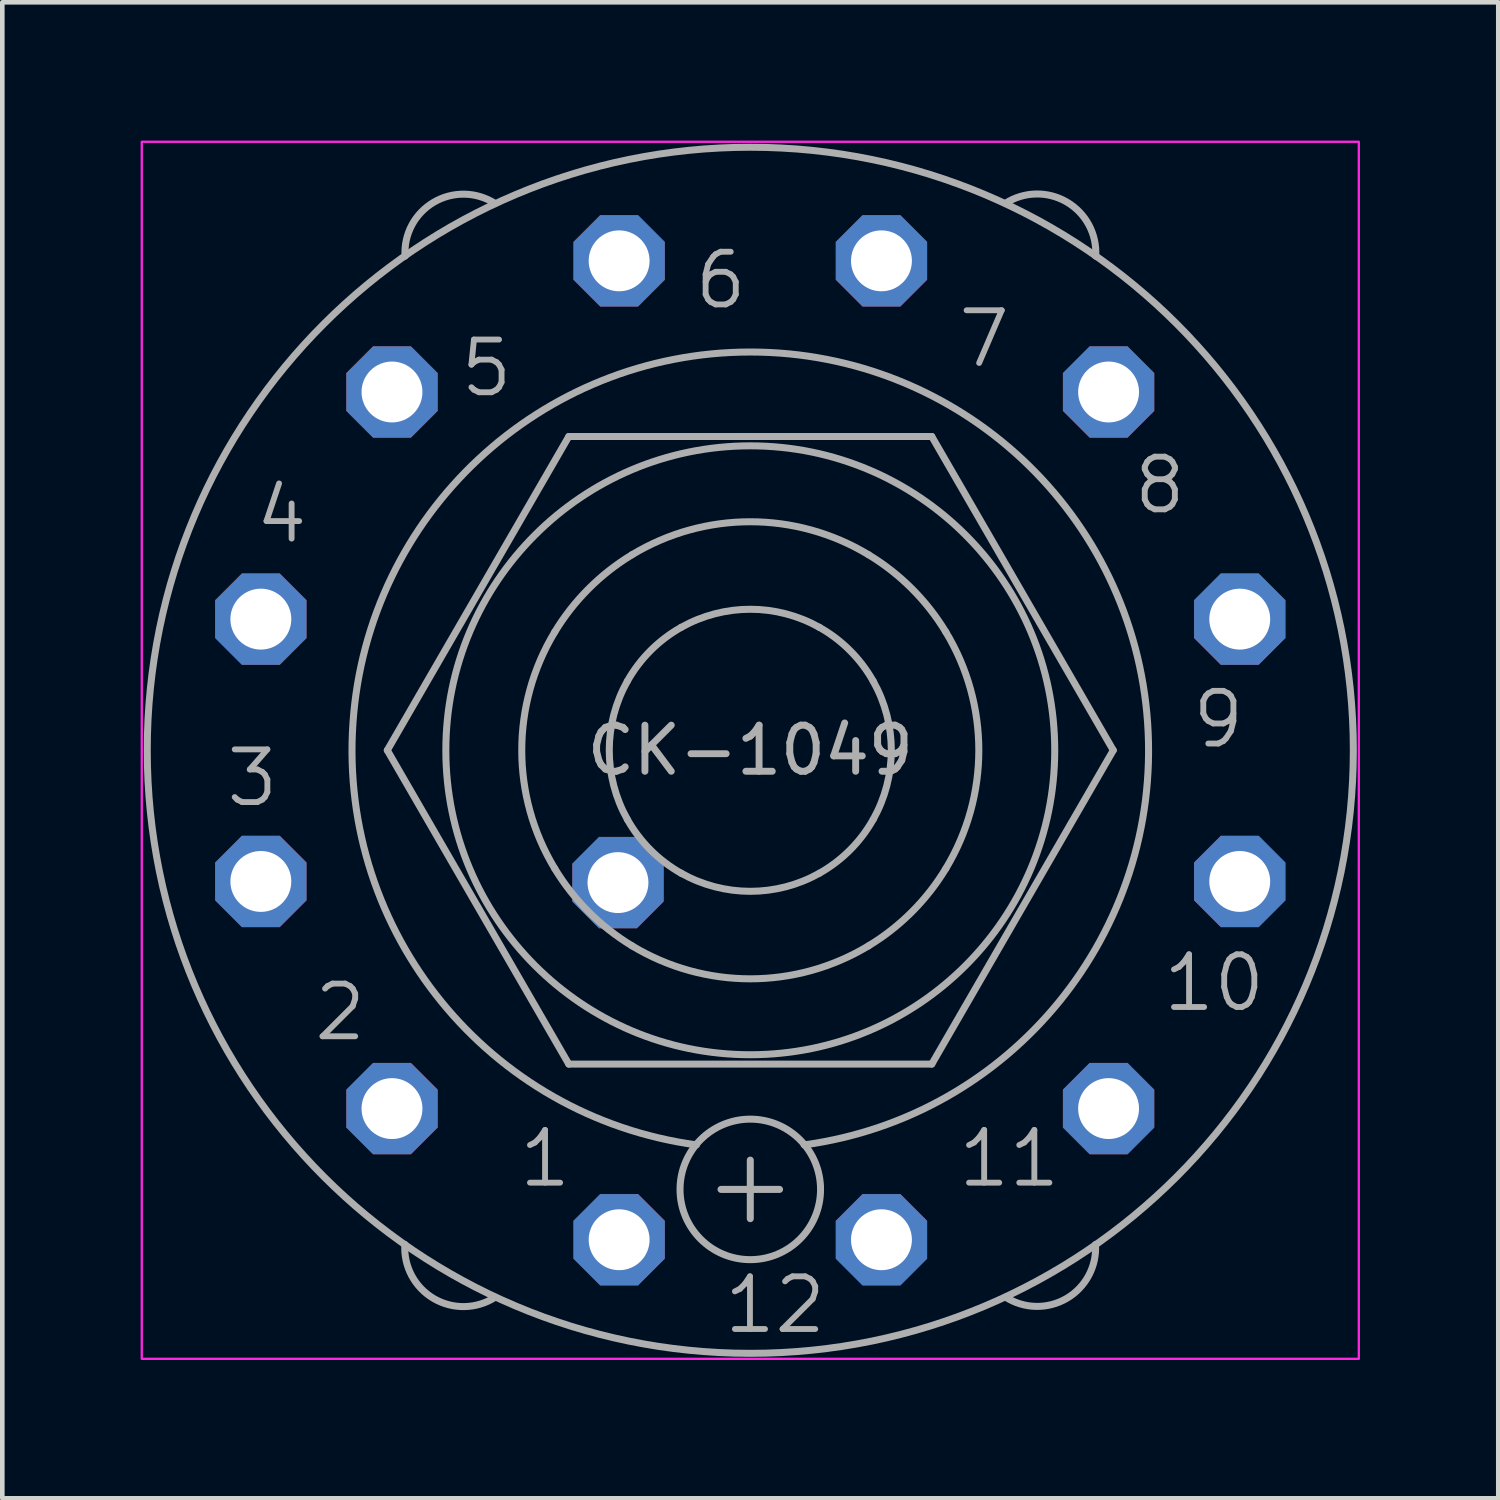
<source format=kicad_pcb>
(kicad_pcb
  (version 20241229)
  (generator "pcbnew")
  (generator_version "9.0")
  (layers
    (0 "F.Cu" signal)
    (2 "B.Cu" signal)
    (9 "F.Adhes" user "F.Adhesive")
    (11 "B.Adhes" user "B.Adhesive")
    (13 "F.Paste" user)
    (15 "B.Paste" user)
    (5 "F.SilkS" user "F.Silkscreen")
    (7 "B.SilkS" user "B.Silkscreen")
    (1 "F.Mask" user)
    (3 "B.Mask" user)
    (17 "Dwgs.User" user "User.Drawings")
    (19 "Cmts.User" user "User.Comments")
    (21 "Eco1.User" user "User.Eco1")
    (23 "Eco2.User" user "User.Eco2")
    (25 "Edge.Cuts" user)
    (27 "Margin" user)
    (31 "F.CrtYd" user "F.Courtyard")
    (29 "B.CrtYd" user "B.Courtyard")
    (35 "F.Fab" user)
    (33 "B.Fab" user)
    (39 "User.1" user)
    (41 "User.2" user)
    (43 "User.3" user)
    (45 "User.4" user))
  (footprint "CK-1049"
    (layer "F.Cu")
    (at 13.225 13.225)
    (property "Reference" "CK-1049" (at 0 0 0) (unlocked yes) (layer "F.SilkS") (effects (font (size 1 1) (thickness 0.1))))
    (attr through_hole)
    (fp_rect (start -13.2 -13.2) (end 13.2 13.2) (stroke (width 0.05) (type default)) (fill no) (layer "F.CrtYd"))
    (fp_line (start -7.874 0) (end -3.937 -6.807) (stroke (width 0.152) (type solid)) (layer "F.Fab"))
    (fp_line (start -3.937 -6.807) (end 3.937 -6.807) (stroke (width 0.152) (type solid)) (layer "F.Fab"))
    (fp_line (start -3.937 6.807) (end -7.874 0) (stroke (width 0.152) (type solid)) (layer "F.Fab"))
    (fp_line (start -0.635 9.525) (end 0.635 9.525) (stroke (width 0.152) (type solid)) (layer "F.Fab"))
    (fp_line (start 0 8.89) (end 0 10.16) (stroke (width 0.152) (type solid)) (layer "F.Fab"))
    (fp_line (start 3.937 -6.807) (end 7.874 0) (stroke (width 0.152) (type solid)) (layer "F.Fab"))
    (fp_line (start 3.937 6.807) (end -3.937 6.807) (stroke (width 0.152) (type solid)) (layer "F.Fab"))
    (fp_line (start 7.874 0) (end 3.937 6.807) (stroke (width 0.152) (type solid)) (layer "F.Fab"))
    (fp_arc (start -7.4889 -10.719) (mid -6.863773 -11.889487) (end -5.537098 -11.861999) (stroke (width 0.1524) (type solid)) (layer "F.Fab"))
    (fp_arc (start -5.534998 11.865199) (mid -6.86584 11.89293) (end -7.493 10.7188) (stroke (width 0.1524) (type solid)) (layer "F.Fab"))
    (fp_arc (start -4.2418 -2.5654) (mid -3.505292 -3.505292) (end -2.5654 -4.2418) (stroke (width 0.1524) (type solid)) (layer "F.Fab"))
    (fp_arc (start -4.2418 2.5654) (mid -4.957232 0) (end -4.2418 -2.5654) (stroke (width 0.1524) (type solid)) (layer "F.Fab"))
    (fp_arc (start -2.667 -1.4986) (mid -2.163179 -2.163179) (end -1.4986 -2.667) (stroke (width 0.1524) (type solid)) (layer "F.Fab"))
    (fp_arc (start -2.667 1.4986) (mid -3.059198 0) (end -2.667 -1.4986) (stroke (width 0.1524) (type solid)) (layer "F.Fab"))
    (fp_arc (start -2.5654 -4.2418) (mid 0 -4.957232) (end 2.5654 -4.2418) (stroke (width 0.1524) (type solid)) (layer "F.Fab"))
    (fp_arc (start -2.5654 4.2418) (mid -3.505292 3.505292) (end -4.2418 2.5654) (stroke (width 0.1524) (type solid)) (layer "F.Fab"))
    (fp_arc (start -1.4986 -2.667) (mid 0 -3.059198) (end 1.4986 -2.667) (stroke (width 0.1524) (type solid)) (layer "F.Fab"))
    (fp_arc (start -1.4986 2.667) (mid -2.163179 2.163179) (end -2.667 1.4986) (stroke (width 0.1524) (type solid)) (layer "F.Fab"))
    (fp_arc (start -1.1684 8.5598) (mid 0 -8.639174) (end 1.1684 8.5598) (stroke (width 0.1524) (type solid)) (layer "F.Fab"))
    (fp_arc (start 1.4986 -2.667) (mid 2.163179 -2.163179) (end 2.667 -1.4986) (stroke (width 0.1524) (type solid)) (layer "F.Fab"))
    (fp_arc (start 1.4986 2.667) (mid 0 3.059198) (end -1.4986 2.667) (stroke (width 0.1524) (type solid)) (layer "F.Fab"))
    (fp_arc (start 2.5654 -4.2418) (mid 3.505292 -3.505292) (end 4.2418 -2.5654) (stroke (width 0.1524) (type solid)) (layer "F.Fab"))
    (fp_arc (start 2.5654 4.2418) (mid 0 4.957232) (end -2.5654 4.2418) (stroke (width 0.1524) (type solid)) (layer "F.Fab"))
    (fp_arc (start 2.667 -1.4986) (mid 3.059198 0) (end 2.667 1.4986) (stroke (width 0.1524) (type solid)) (layer "F.Fab"))
    (fp_arc (start 2.667 1.4986) (mid 2.163179 2.163179) (end 1.4986 2.667) (stroke (width 0.1524) (type solid)) (layer "F.Fab"))
    (fp_arc (start 4.2418 -2.5654) (mid 4.957232 0) (end 4.2418 2.5654) (stroke (width 0.1524) (type solid)) (layer "F.Fab"))
    (fp_arc (start 4.2418 2.5654) (mid 3.505292 3.505292) (end 2.5654 4.2418) (stroke (width 0.1524) (type solid)) (layer "F.Fab"))
    (fp_arc (start 5.535 -11.8652) (mid 6.865843 -11.89293) (end 7.493 -10.718798) (stroke (width 0.1524) (type solid)) (layer "F.Fab"))
    (fp_arc (start 7.488599 10.719) (mid 6.863612 11.889261) (end 5.5372 11.8618) (stroke (width 0.1524) (type solid)) (layer "F.Fab"))
    (fp_circle (center 0 0) (end 6.604 0) (stroke (width 0.152) (type solid)) (fill no) (layer "F.Fab"))
    (fp_circle (center 0 0) (end 13.081 0) (stroke (width 0.152) (type solid)) (fill no) (layer "F.Fab"))
    (fp_circle (center 0 9.525) (end 1.524 9.525) (stroke (width 0.152) (type solid)) (fill no) (layer "F.Fab"))
    (fp_text user "10" (at 8.89 5.715 0) (unlocked yes) (layer "F.Fab") (effects (font (size 1.143 1.143) (thickness 0.127)) (justify left bottom)))
    (fp_text user "2" (at -9.525 6.35 0) (unlocked yes) (layer "F.Fab") (effects (font (size 1.143 1.143) (thickness 0.127)) (justify left bottom)))
    (fp_text user "3" (at -11.43 1.27 0) (unlocked yes) (layer "F.Fab") (effects (font (size 1.143 1.143) (thickness 0.127)) (justify left bottom)))
    (fp_text user "1" (at -5.08 9.525 0) (unlocked yes) (layer "F.Fab") (effects (font (size 1.143 1.143) (thickness 0.127)) (justify left bottom)))
    (fp_text user "9" (at 9.525 0 0) (unlocked yes) (layer "F.Fab") (effects (font (size 1.143 1.143) (thickness 0.127)) (justify left bottom)))
    (fp_text user "8" (at 8.255 -5.08 0) (unlocked yes) (layer "F.Fab") (effects (font (size 1.143 1.143) (thickness 0.127)) (justify left bottom)))
    (fp_text user "7" (at 4.445 -8.255 0) (unlocked yes) (layer "F.Fab") (effects (font (size 1.143 1.143) (thickness 0.127)) (justify left bottom)))
    (fp_text user "5" (at -6.35 -7.62 0) (unlocked yes) (layer "F.Fab") (effects (font (size 1.143 1.143) (thickness 0.127)) (justify left bottom)))
    (fp_text user "6" (at -1.27 -9.525 0) (unlocked yes) (layer "F.Fab") (effects (font (size 1.143 1.143) (thickness 0.127)) (justify left bottom)))
    (fp_text user "11" (at 4.445 9.525 0) (unlocked yes) (layer "F.Fab") (effects (font (size 1.143 1.143) (thickness 0.127)) (justify left bottom)))
    (fp_text user "12" (at -0.635 12.7 0) (unlocked yes) (layer "F.Fab") (effects (font (size 1.143 1.143) (thickness 0.127)) (justify left bottom)))
    (fp_text user "${REFERENCE}" (at 0 0 0) (unlocked yes) (layer "F.Fab") (effects (font (size 1 1) (thickness 0.15))))
    (fp_text user "4" (at -10.795 -4.445 0) (unlocked yes) (layer "F.Fab") (effects (font (size 1.143 1.143) (thickness 0.127)) (justify left bottom)))
    (pad "1" thru_hole roundrect (at -2.845 10.617) (size 1.981 1.981) (drill 1.321) (layers "*.Cu" "*.Mask") (roundrect_rratio 0.25) (chamfer_ratio 0.293) (chamfer top_left top_right bottom_left bottom_right))
    (pad "2" thru_hole roundrect (at -7.772 7.772) (size 1.981 1.981) (drill 1.321) (layers "*.Cu" "*.Mask") (roundrect_rratio 0.25) (chamfer_ratio 0.293) (chamfer top_left top_right bottom_left bottom_right))
    (pad "3" thru_hole roundrect (at -10.617 2.845) (size 1.981 1.981) (drill 1.321) (layers "*.Cu" "*.Mask") (roundrect_rratio 0.25) (chamfer_ratio 0.293) (chamfer top_left top_right bottom_left bottom_right))
    (pad "4" thru_hole roundrect (at -10.617 -2.845) (size 1.981 1.981) (drill 1.321) (layers "*.Cu" "*.Mask") (roundrect_rratio 0.25) (chamfer_ratio 0.293) (chamfer top_left top_right bottom_left bottom_right))
    (pad "5" thru_hole roundrect (at -7.772 -7.772) (size 1.981 1.981) (drill 1.321) (layers "*.Cu" "*.Mask") (roundrect_rratio 0.25) (chamfer_ratio 0.293) (chamfer top_left top_right bottom_left bottom_right))
    (pad "6" thru_hole roundrect (at -2.845 -10.617) (size 1.981 1.981) (drill 1.321) (layers "*.Cu" "*.Mask") (roundrect_rratio 0.25) (chamfer_ratio 0.293) (chamfer top_left top_right bottom_left bottom_right))
    (pad "7" thru_hole roundrect (at 2.845 -10.617) (size 1.981 1.981) (drill 1.321) (layers "*.Cu" "*.Mask") (roundrect_rratio 0.25) (chamfer_ratio 0.293) (chamfer top_left top_right bottom_left bottom_right))
    (pad "8" thru_hole roundrect (at 7.772 -7.772) (size 1.981 1.981) (drill 1.321) (layers "*.Cu" "*.Mask") (roundrect_rratio 0.25) (chamfer_ratio 0.293) (chamfer top_left top_right bottom_left bottom_right))
    (pad "9" thru_hole roundrect (at 10.617 -2.845) (size 1.981 1.981) (drill 1.321) (layers "*.Cu" "*.Mask") (roundrect_rratio 0.25) (chamfer_ratio 0.293) (chamfer top_left top_right bottom_left bottom_right))
    (pad "10" thru_hole roundrect (at 10.617 2.845) (size 1.981 1.981) (drill 1.321) (layers "*.Cu" "*.Mask") (roundrect_rratio 0.25) (chamfer_ratio 0.293) (chamfer top_left top_right bottom_left bottom_right))
    (pad "11" thru_hole roundrect (at 7.772 7.772) (size 1.981 1.981) (drill 1.321) (layers "*.Cu" "*.Mask") (roundrect_rratio 0.25) (chamfer_ratio 0.293) (chamfer top_left top_right bottom_left bottom_right))
    (pad "12" thru_hole roundrect (at 2.845 10.617) (size 1.981 1.981) (drill 1.321) (layers "*.Cu" "*.Mask") (roundrect_rratio 0.25) (chamfer_ratio 0.293) (chamfer top_left top_right bottom_left bottom_right))
    (pad "13" thru_hole roundrect (at -2.87 2.87) (size 1.981 1.981) (drill 1.321) (layers "*.Cu" "*.Mask") (roundrect_rratio 0.25) (chamfer_ratio 0.293) (chamfer top_left top_right bottom_left bottom_right)))
  (gr_rect
    (start -3 -3)
    (end 29.45 29.45)
    (stroke (width 0.1) (type default))
    (fill no)
    (layer "Edge.Cuts")))
</source>
